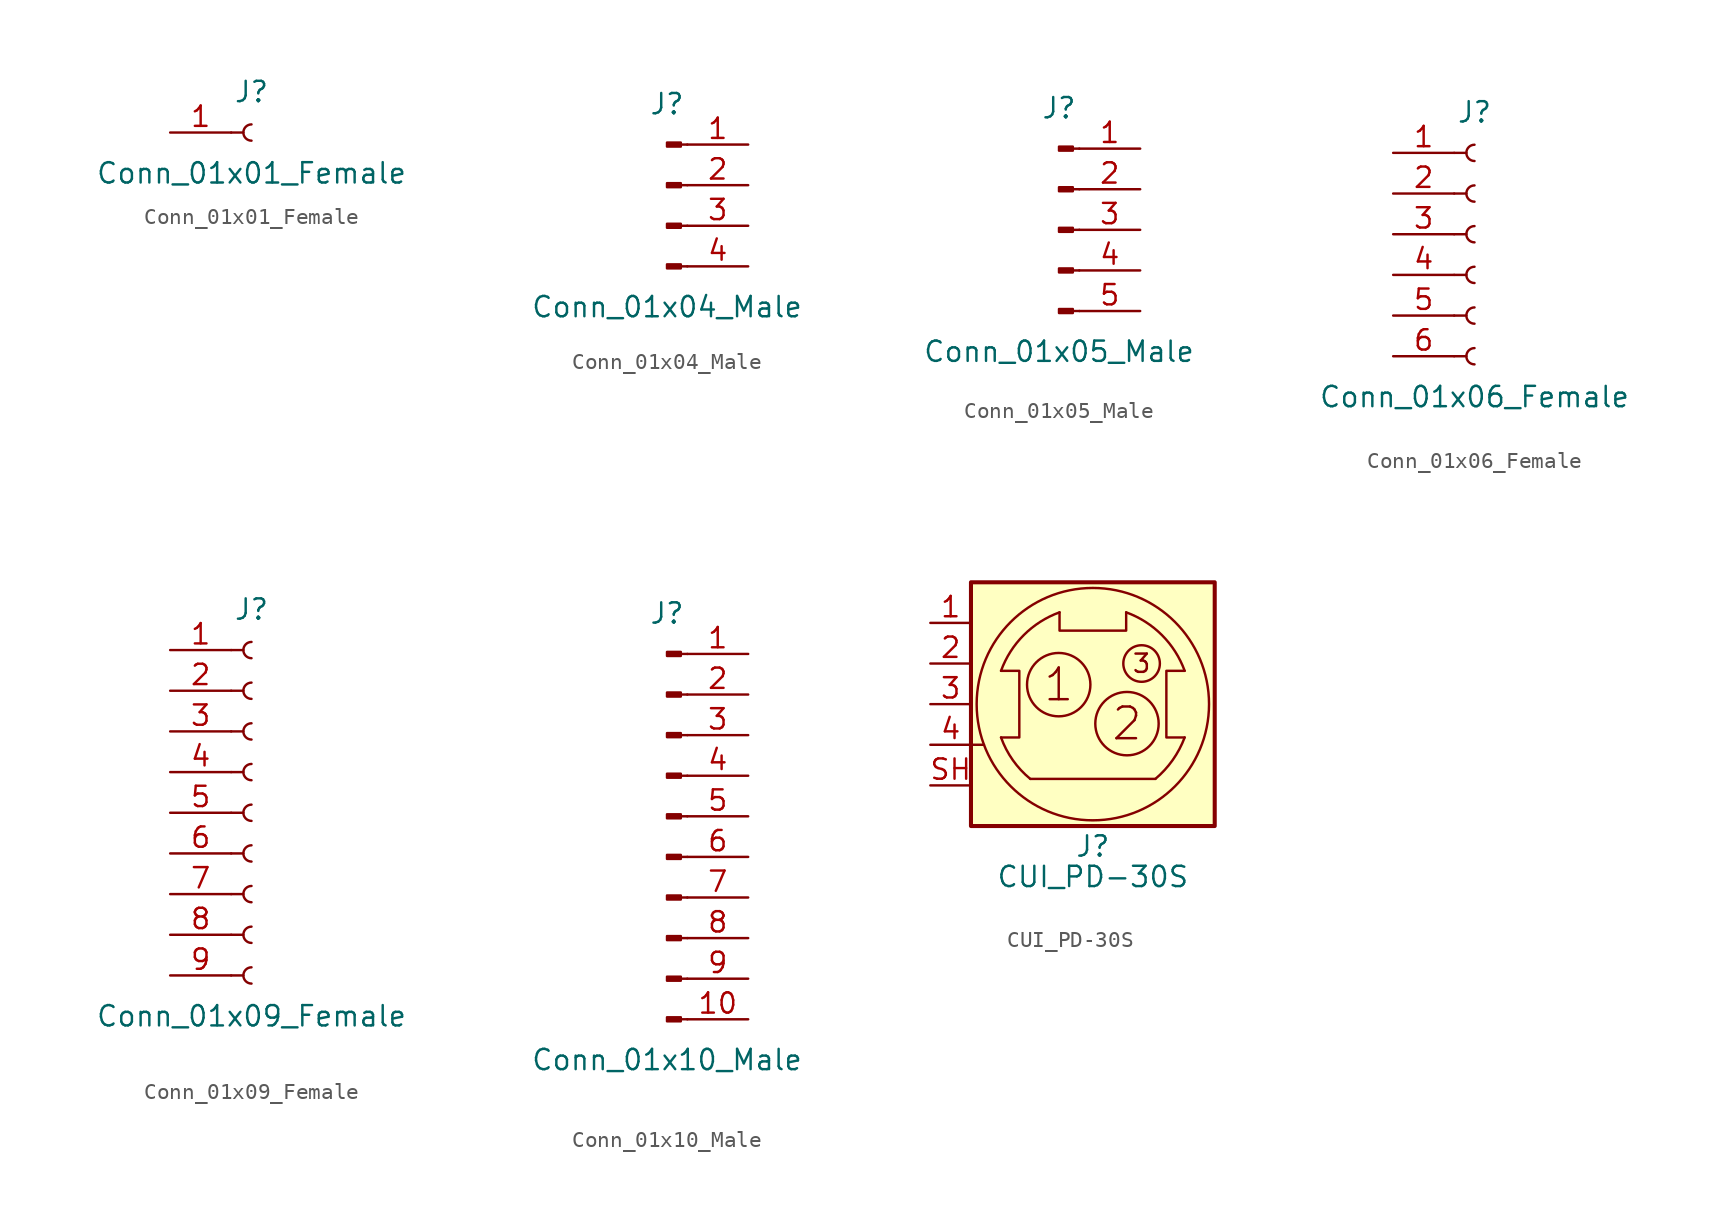
<source format=kicad_sym>
(kicad_symbol_lib
  (version 20211014)
  (generator kicad_symbol_editor)
  (symbol "Conn_01x01_Female"
    (pin_names
      (offset 1.016) hide)
    (property "Reference" "J"
      (at 0 2.54 0)
      (effects (font (size 1.27 1.27))))
    (property "Value" "Conn_01x01_Female"
      (at 0 -2.54 0)
      (effects (font (size 1.27 1.27))))
    (symbol "Conn_01x01_Female_1_1"
      (polyline (pts (xy -1.27 0) (xy -0.508 0)) (stroke (width 0.152) (type default) (color 0 0 0 0)) (fill (type none)))
      (arc (start 0 0.508) (mid -0.508 0) (end 0 -0.508) (stroke (width 0.1524) (type default) (color 0 0 0 0)) (fill (type none)))
      (pin passive line (at -5.08 0 0) (length 3.81) (name "Pin_1" (effects (font (size 1.27 1.27)))) (number "1" (effects (font (size 1.27 1.27)))))))
  (symbol "Conn_01x04_Male"
    (pin_names
      (offset 1.016) hide)
    (property "Reference" "J"
      (at 0 5.08 0)
      (effects (font (size 1.27 1.27))))
    (property "Value" "Conn_01x04_Male"
      (at 0 -7.62 0)
      (effects (font (size 1.27 1.27))))
    (symbol "Conn_01x04_Male_1_1"
      (polyline (pts (xy 1.27 -5.08) (xy 0.864 -5.08)) (stroke (width 0.152) (type default) (color 0 0 0 0)) (fill (type none)))
      (polyline (pts (xy 1.27 -2.54) (xy 0.864 -2.54)) (stroke (width 0.152) (type default) (color 0 0 0 0)) (fill (type none)))
      (polyline (pts (xy 1.27 0) (xy 0.864 0)) (stroke (width 0.152) (type default) (color 0 0 0 0)) (fill (type none)))
      (polyline (pts (xy 1.27 2.54) (xy 0.864 2.54)) (stroke (width 0.152) (type default) (color 0 0 0 0)) (fill (type none)))
      (rectangle (start 0.864 -4.953) (end 0 -5.207) (stroke (width 0.152) (type default) (color 0 0 0 0)) (fill (type outline)))
      (rectangle (start 0.864 -2.413) (end 0 -2.667) (stroke (width 0.152) (type default) (color 0 0 0 0)) (fill (type outline)))
      (rectangle (start 0.864 0.127) (end 0 -0.127) (stroke (width 0.152) (type default) (color 0 0 0 0)) (fill (type outline)))
      (rectangle (start 0.864 2.667) (end 0 2.413) (stroke (width 0.152) (type default) (color 0 0 0 0)) (fill (type outline)))
      (pin passive line (at 5.08 2.54 180) (length 3.81) (name "Pin_1" (effects (font (size 1.27 1.27)))) (number "1" (effects (font (size 1.27 1.27)))))
      (pin passive line (at 5.08 0 180) (length 3.81) (name "Pin_2" (effects (font (size 1.27 1.27)))) (number "2" (effects (font (size 1.27 1.27)))))
      (pin passive line (at 5.08 -2.54 180) (length 3.81) (name "Pin_3" (effects (font (size 1.27 1.27)))) (number "3" (effects (font (size 1.27 1.27)))))
      (pin passive line (at 5.08 -5.08 180) (length 3.81) (name "Pin_4" (effects (font (size 1.27 1.27)))) (number "4" (effects (font (size 1.27 1.27)))))))
  (symbol "Conn_01x05_Male"
    (pin_names
      (offset 1.016) hide)
    (property "Reference" "J"
      (at 0 7.62 0)
      (effects (font (size 1.27 1.27))))
    (property "Value" "Conn_01x05_Male"
      (at 0 -7.62 0)
      (effects (font (size 1.27 1.27))))
    (symbol "Conn_01x05_Male_1_1"
      (polyline (pts (xy 1.27 -5.08) (xy 0.864 -5.08)) (stroke (width 0.152) (type default) (color 0 0 0 0)) (fill (type none)))
      (polyline (pts (xy 1.27 -2.54) (xy 0.864 -2.54)) (stroke (width 0.152) (type default) (color 0 0 0 0)) (fill (type none)))
      (polyline (pts (xy 1.27 0) (xy 0.864 0)) (stroke (width 0.152) (type default) (color 0 0 0 0)) (fill (type none)))
      (polyline (pts (xy 1.27 2.54) (xy 0.864 2.54)) (stroke (width 0.152) (type default) (color 0 0 0 0)) (fill (type none)))
      (polyline (pts (xy 1.27 5.08) (xy 0.864 5.08)) (stroke (width 0.152) (type default) (color 0 0 0 0)) (fill (type none)))
      (rectangle (start 0.864 -4.953) (end 0 -5.207) (stroke (width 0.152) (type default) (color 0 0 0 0)) (fill (type outline)))
      (rectangle (start 0.864 -2.413) (end 0 -2.667) (stroke (width 0.152) (type default) (color 0 0 0 0)) (fill (type outline)))
      (rectangle (start 0.864 0.127) (end 0 -0.127) (stroke (width 0.152) (type default) (color 0 0 0 0)) (fill (type outline)))
      (rectangle (start 0.864 2.667) (end 0 2.413) (stroke (width 0.152) (type default) (color 0 0 0 0)) (fill (type outline)))
      (rectangle (start 0.864 5.207) (end 0 4.953) (stroke (width 0.152) (type default) (color 0 0 0 0)) (fill (type outline)))
      (pin passive line (at 5.08 5.08 180) (length 3.81) (name "Pin_1" (effects (font (size 1.27 1.27)))) (number "1" (effects (font (size 1.27 1.27)))))
      (pin passive line (at 5.08 2.54 180) (length 3.81) (name "Pin_2" (effects (font (size 1.27 1.27)))) (number "2" (effects (font (size 1.27 1.27)))))
      (pin passive line (at 5.08 0 180) (length 3.81) (name "Pin_3" (effects (font (size 1.27 1.27)))) (number "3" (effects (font (size 1.27 1.27)))))
      (pin passive line (at 5.08 -2.54 180) (length 3.81) (name "Pin_4" (effects (font (size 1.27 1.27)))) (number "4" (effects (font (size 1.27 1.27)))))
      (pin passive line (at 5.08 -5.08 180) (length 3.81) (name "Pin_5" (effects (font (size 1.27 1.27)))) (number "5" (effects (font (size 1.27 1.27)))))))
  (symbol "Conn_01x06_Female"
    (pin_names
      (offset 1.016) hide)
    (property "Reference" "J"
      (at 0 7.62 0)
      (effects (font (size 1.27 1.27))))
    (property "Value" "Conn_01x06_Female"
      (at 0 -10.16 0)
      (effects (font (size 1.27 1.27))))
    (symbol "Conn_01x06_Female_1_1"
      (arc (start 0 -7.112) (mid -0.508 -7.62) (end 0 -8.128) (stroke (width 0.1524) (type default) (color 0 0 0 0)) (fill (type none)))
      (arc (start 0 -4.572) (mid -0.508 -5.08) (end 0 -5.588) (stroke (width 0.1524) (type default) (color 0 0 0 0)) (fill (type none)))
      (arc (start 0 -2.032) (mid -0.508 -2.54) (end 0 -3.048) (stroke (width 0.1524) (type default) (color 0 0 0 0)) (fill (type none)))
      (polyline (pts (xy -1.27 -7.62) (xy -0.508 -7.62)) (stroke (width 0.152) (type default) (color 0 0 0 0)) (fill (type none)))
      (polyline (pts (xy -1.27 -5.08) (xy -0.508 -5.08)) (stroke (width 0.152) (type default) (color 0 0 0 0)) (fill (type none)))
      (polyline (pts (xy -1.27 -2.54) (xy -0.508 -2.54)) (stroke (width 0.152) (type default) (color 0 0 0 0)) (fill (type none)))
      (polyline (pts (xy -1.27 0) (xy -0.508 0)) (stroke (width 0.152) (type default) (color 0 0 0 0)) (fill (type none)))
      (polyline (pts (xy -1.27 2.54) (xy -0.508 2.54)) (stroke (width 0.152) (type default) (color 0 0 0 0)) (fill (type none)))
      (polyline (pts (xy -1.27 5.08) (xy -0.508 5.08)) (stroke (width 0.152) (type default) (color 0 0 0 0)) (fill (type none)))
      (arc (start 0 0.508) (mid -0.508 0) (end 0 -0.508) (stroke (width 0.1524) (type default) (color 0 0 0 0)) (fill (type none)))
      (arc (start 0 3.048) (mid -0.508 2.54) (end 0 2.032) (stroke (width 0.1524) (type default) (color 0 0 0 0)) (fill (type none)))
      (arc (start 0 5.588) (mid -0.508 5.08) (end 0 4.572) (stroke (width 0.1524) (type default) (color 0 0 0 0)) (fill (type none)))
      (pin passive line (at -5.08 5.08 0) (length 3.81) (name "Pin_1" (effects (font (size 1.27 1.27)))) (number "1" (effects (font (size 1.27 1.27)))))
      (pin passive line (at -5.08 2.54 0) (length 3.81) (name "Pin_2" (effects (font (size 1.27 1.27)))) (number "2" (effects (font (size 1.27 1.27)))))
      (pin passive line (at -5.08 0 0) (length 3.81) (name "Pin_3" (effects (font (size 1.27 1.27)))) (number "3" (effects (font (size 1.27 1.27)))))
      (pin passive line (at -5.08 -2.54 0) (length 3.81) (name "Pin_4" (effects (font (size 1.27 1.27)))) (number "4" (effects (font (size 1.27 1.27)))))
      (pin passive line (at -5.08 -5.08 0) (length 3.81) (name "Pin_5" (effects (font (size 1.27 1.27)))) (number "5" (effects (font (size 1.27 1.27)))))
      (pin passive line (at -5.08 -7.62 0) (length 3.81) (name "Pin_6" (effects (font (size 1.27 1.27)))) (number "6" (effects (font (size 1.27 1.27)))))))
  (symbol "Conn_01x09_Female"
    (pin_names
      (offset 1.016) hide)
    (property "Reference" "J"
      (at 0 12.7 0)
      (effects (font (size 1.27 1.27))))
    (property "Value" "Conn_01x09_Female"
      (at 0 -12.7 0)
      (effects (font (size 1.27 1.27))))
    (symbol "Conn_01x09_Female_1_1"
      (arc (start 0 -9.652) (mid -0.508 -10.16) (end 0 -10.668) (stroke (width 0.1524) (type default) (color 0 0 0 0)) (fill (type none)))
      (arc (start 0 -7.112) (mid -0.508 -7.62) (end 0 -8.128) (stroke (width 0.1524) (type default) (color 0 0 0 0)) (fill (type none)))
      (arc (start 0 -4.572) (mid -0.508 -5.08) (end 0 -5.588) (stroke (width 0.1524) (type default) (color 0 0 0 0)) (fill (type none)))
      (arc (start 0 -2.032) (mid -0.508 -2.54) (end 0 -3.048) (stroke (width 0.1524) (type default) (color 0 0 0 0)) (fill (type none)))
      (polyline (pts (xy -1.27 -10.16) (xy -0.508 -10.16)) (stroke (width 0.152) (type default) (color 0 0 0 0)) (fill (type none)))
      (polyline (pts (xy -1.27 -7.62) (xy -0.508 -7.62)) (stroke (width 0.152) (type default) (color 0 0 0 0)) (fill (type none)))
      (polyline (pts (xy -1.27 -5.08) (xy -0.508 -5.08)) (stroke (width 0.152) (type default) (color 0 0 0 0)) (fill (type none)))
      (polyline (pts (xy -1.27 -2.54) (xy -0.508 -2.54)) (stroke (width 0.152) (type default) (color 0 0 0 0)) (fill (type none)))
      (polyline (pts (xy -1.27 0) (xy -0.508 0)) (stroke (width 0.152) (type default) (color 0 0 0 0)) (fill (type none)))
      (polyline (pts (xy -1.27 2.54) (xy -0.508 2.54)) (stroke (width 0.152) (type default) (color 0 0 0 0)) (fill (type none)))
      (polyline (pts (xy -1.27 5.08) (xy -0.508 5.08)) (stroke (width 0.152) (type default) (color 0 0 0 0)) (fill (type none)))
      (polyline (pts (xy -1.27 7.62) (xy -0.508 7.62)) (stroke (width 0.152) (type default) (color 0 0 0 0)) (fill (type none)))
      (polyline (pts (xy -1.27 10.16) (xy -0.508 10.16)) (stroke (width 0.152) (type default) (color 0 0 0 0)) (fill (type none)))
      (arc (start 0 0.508) (mid -0.508 0) (end 0 -0.508) (stroke (width 0.1524) (type default) (color 0 0 0 0)) (fill (type none)))
      (arc (start 0 3.048) (mid -0.508 2.54) (end 0 2.032) (stroke (width 0.1524) (type default) (color 0 0 0 0)) (fill (type none)))
      (arc (start 0 5.588) (mid -0.508 5.08) (end 0 4.572) (stroke (width 0.1524) (type default) (color 0 0 0 0)) (fill (type none)))
      (arc (start 0 8.128) (mid -0.508 7.62) (end 0 7.112) (stroke (width 0.1524) (type default) (color 0 0 0 0)) (fill (type none)))
      (arc (start 0 10.668) (mid -0.508 10.16) (end 0 9.652) (stroke (width 0.1524) (type default) (color 0 0 0 0)) (fill (type none)))
      (pin passive line (at -5.08 10.16 0) (length 3.81) (name "Pin_1" (effects (font (size 1.27 1.27)))) (number "1" (effects (font (size 1.27 1.27)))))
      (pin passive line (at -5.08 7.62 0) (length 3.81) (name "Pin_2" (effects (font (size 1.27 1.27)))) (number "2" (effects (font (size 1.27 1.27)))))
      (pin passive line (at -5.08 5.08 0) (length 3.81) (name "Pin_3" (effects (font (size 1.27 1.27)))) (number "3" (effects (font (size 1.27 1.27)))))
      (pin passive line (at -5.08 2.54 0) (length 3.81) (name "Pin_4" (effects (font (size 1.27 1.27)))) (number "4" (effects (font (size 1.27 1.27)))))
      (pin passive line (at -5.08 0 0) (length 3.81) (name "Pin_5" (effects (font (size 1.27 1.27)))) (number "5" (effects (font (size 1.27 1.27)))))
      (pin passive line (at -5.08 -2.54 0) (length 3.81) (name "Pin_6" (effects (font (size 1.27 1.27)))) (number "6" (effects (font (size 1.27 1.27)))))
      (pin passive line (at -5.08 -5.08 0) (length 3.81) (name "Pin_7" (effects (font (size 1.27 1.27)))) (number "7" (effects (font (size 1.27 1.27)))))
      (pin passive line (at -5.08 -7.62 0) (length 3.81) (name "Pin_8" (effects (font (size 1.27 1.27)))) (number "8" (effects (font (size 1.27 1.27)))))
      (pin passive line (at -5.08 -10.16 0) (length 3.81) (name "Pin_9" (effects (font (size 1.27 1.27)))) (number "9" (effects (font (size 1.27 1.27)))))))
  (symbol "Conn_01x10_Male"
    (pin_names
      (offset 1.016) hide)
    (property "Reference" "J"
      (at 0 12.7 0)
      (effects (font (size 1.27 1.27))))
    (property "Value" "Conn_01x10_Male"
      (at 0 -15.24 0)
      (effects (font (size 1.27 1.27))))
    (symbol "Conn_01x10_Male_1_1"
      (polyline (pts (xy 1.27 -12.7) (xy 0.864 -12.7)) (stroke (width 0.152) (type default) (color 0 0 0 0)) (fill (type none)))
      (polyline (pts (xy 1.27 -10.16) (xy 0.864 -10.16)) (stroke (width 0.152) (type default) (color 0 0 0 0)) (fill (type none)))
      (polyline (pts (xy 1.27 -7.62) (xy 0.864 -7.62)) (stroke (width 0.152) (type default) (color 0 0 0 0)) (fill (type none)))
      (polyline (pts (xy 1.27 -5.08) (xy 0.864 -5.08)) (stroke (width 0.152) (type default) (color 0 0 0 0)) (fill (type none)))
      (polyline (pts (xy 1.27 -2.54) (xy 0.864 -2.54)) (stroke (width 0.152) (type default) (color 0 0 0 0)) (fill (type none)))
      (polyline (pts (xy 1.27 0) (xy 0.864 0)) (stroke (width 0.152) (type default) (color 0 0 0 0)) (fill (type none)))
      (polyline (pts (xy 1.27 2.54) (xy 0.864 2.54)) (stroke (width 0.152) (type default) (color 0 0 0 0)) (fill (type none)))
      (polyline (pts (xy 1.27 5.08) (xy 0.864 5.08)) (stroke (width 0.152) (type default) (color 0 0 0 0)) (fill (type none)))
      (polyline (pts (xy 1.27 7.62) (xy 0.864 7.62)) (stroke (width 0.152) (type default) (color 0 0 0 0)) (fill (type none)))
      (polyline (pts (xy 1.27 10.16) (xy 0.864 10.16)) (stroke (width 0.152) (type default) (color 0 0 0 0)) (fill (type none)))
      (rectangle (start 0.864 -12.573) (end 0 -12.827) (stroke (width 0.152) (type default) (color 0 0 0 0)) (fill (type outline)))
      (rectangle (start 0.864 -10.033) (end 0 -10.287) (stroke (width 0.152) (type default) (color 0 0 0 0)) (fill (type outline)))
      (rectangle (start 0.864 -7.493) (end 0 -7.747) (stroke (width 0.152) (type default) (color 0 0 0 0)) (fill (type outline)))
      (rectangle (start 0.864 -4.953) (end 0 -5.207) (stroke (width 0.152) (type default) (color 0 0 0 0)) (fill (type outline)))
      (rectangle (start 0.864 -2.413) (end 0 -2.667) (stroke (width 0.152) (type default) (color 0 0 0 0)) (fill (type outline)))
      (rectangle (start 0.864 0.127) (end 0 -0.127) (stroke (width 0.152) (type default) (color 0 0 0 0)) (fill (type outline)))
      (rectangle (start 0.864 2.667) (end 0 2.413) (stroke (width 0.152) (type default) (color 0 0 0 0)) (fill (type outline)))
      (rectangle (start 0.864 5.207) (end 0 4.953) (stroke (width 0.152) (type default) (color 0 0 0 0)) (fill (type outline)))
      (rectangle (start 0.864 7.747) (end 0 7.493) (stroke (width 0.152) (type default) (color 0 0 0 0)) (fill (type outline)))
      (rectangle (start 0.864 10.287) (end 0 10.033) (stroke (width 0.152) (type default) (color 0 0 0 0)) (fill (type outline)))
      (pin passive line (at 5.08 10.16 180) (length 3.81) (name "Pin_1" (effects (font (size 1.27 1.27)))) (number "1" (effects (font (size 1.27 1.27)))))
      (pin passive line (at 5.08 -12.7 180) (length 3.81) (name "Pin_10" (effects (font (size 1.27 1.27)))) (number "10" (effects (font (size 1.27 1.27)))))
      (pin passive line (at 5.08 7.62 180) (length 3.81) (name "Pin_2" (effects (font (size 1.27 1.27)))) (number "2" (effects (font (size 1.27 1.27)))))
      (pin passive line (at 5.08 5.08 180) (length 3.81) (name "Pin_3" (effects (font (size 1.27 1.27)))) (number "3" (effects (font (size 1.27 1.27)))))
      (pin passive line (at 5.08 2.54 180) (length 3.81) (name "Pin_4" (effects (font (size 1.27 1.27)))) (number "4" (effects (font (size 1.27 1.27)))))
      (pin passive line (at 5.08 0 180) (length 3.81) (name "Pin_5" (effects (font (size 1.27 1.27)))) (number "5" (effects (font (size 1.27 1.27)))))
      (pin passive line (at 5.08 -2.54 180) (length 3.81) (name "Pin_6" (effects (font (size 1.27 1.27)))) (number "6" (effects (font (size 1.27 1.27)))))
      (pin passive line (at 5.08 -5.08 180) (length 3.81) (name "Pin_7" (effects (font (size 1.27 1.27)))) (number "7" (effects (font (size 1.27 1.27)))))
      (pin passive line (at 5.08 -7.62 180) (length 3.81) (name "Pin_8" (effects (font (size 1.27 1.27)))) (number "8" (effects (font (size 1.27 1.27)))))
      (pin passive line (at 5.08 -10.16 180) (length 3.81) (name "Pin_9" (effects (font (size 1.27 1.27)))) (number "9" (effects (font (size 1.27 1.27)))))))
  (symbol "CUI_PD-30S"
    (pin_names
      (offset 1.016) hide)
    (property "Reference" "J"
      (at 0 -8.89 0)
      (effects (font (size 1.27 1.27))))
    (property "Value" "CUI_PD-30S"
      (at 0 -10.795 0)
      (effects (font (size 1.27 1.27))))
    (symbol "CUI_PD-30S_0_1"
      (rectangle (start -7.62 -7.62) (end 7.62 7.62) (stroke (width 0.254) (type default) (color 0 0 0 0)) (fill (type background)))
      (arc (start -5.7404 -2.0828) (mid -5.0018 -3.5032) (end -3.9116 -4.6736) (stroke (width 0) (type default) (color 0 0 0 0)) (fill (type none)))
      (circle (center -2.134 1.219) (radius 1.981) (stroke (width 0) (type default) (color 0 0 0 0)) (fill (type none)))
      (arc (start -2.0828 5.7404) (mid -4.318 4.318) (end -5.7404 2.0828) (stroke (width 0) (type default) (color 0 0 0 0)) (fill (type none)))
      (polyline (pts (xy -7.62 -2.54) (xy -6.807 -2.54)) (stroke (width 0) (type default) (color 0 0 0 0)) (fill (type none)))
      (polyline (pts (xy -3.912 -4.674) (xy 3.912 -4.674)) (stroke (width 0) (type default) (color 0 0 0 0)) (fill (type none)))
      (polyline (pts (xy -5.74 2.083) (xy -4.597 2.083) (xy -4.597 -2.083) (xy -5.74 -2.083)) (stroke (width 0) (type default) (color 0 0 0 0)) (fill (type none)))
      (polyline (pts (xy 2.083 5.74) (xy 2.083 4.597) (xy -2.083 4.597) (xy -2.083 5.74)) (stroke (width 0) (type default) (color 0 0 0 0)) (fill (type none)))
      (polyline (pts (xy 5.74 -2.083) (xy 4.597 -2.083) (xy 4.597 2.083) (xy 5.74 2.083)) (stroke (width 0) (type default) (color 0 0 0 0)) (fill (type none)))
      (circle (center 0 0) (radius 7.264) (stroke (width 0) (type default) (color 0 0 0 0)) (fill (type none)))
      (circle (center 2.134 -1.219) (radius 1.981) (stroke (width 0) (type default) (color 0 0 0 0)) (fill (type none)))
      (circle (center 3.048 2.54) (radius 1.143) (stroke (width 0) (type default) (color 0 0 0 0)) (fill (type none)))
      (arc (start 3.9116 -4.6736) (mid 4.9919 -3.4963) (end 5.7404 -2.0828) (stroke (width 0) (type default) (color 0 0 0 0)) (fill (type none)))
      (arc (start 5.7404 2.0828) (mid 4.318 4.318) (end 2.0828 5.7404) (stroke (width 0) (type default) (color 0 0 0 0)) (fill (type none)))
      (text "1" (at -2.134 1.219 0) (effects (font (size 1.981 1.981))))
      (text "2" (at 2.134 -1.219 0) (effects (font (size 1.981 1.981))))
      (text "3" (at 3.048 2.54 0) (effects (font (size 1.143 1.143)))))
    (symbol "CUI_PD-30S_1_1"
      (pin passive line (at -10.16 5.08 0) (length 2.54) (name "1" (effects (font (size 1.27 1.27)))) (number "1" (effects (font (size 1.27 1.27)))))
      (pin passive line (at -10.16 2.54 0) (length 2.54) (name "2" (effects (font (size 1.27 1.27)))) (number "2" (effects (font (size 1.27 1.27)))))
      (pin passive line (at -10.16 0 0) (length 2.54) (name "3" (effects (font (size 1.27 1.27)))) (number "3" (effects (font (size 1.27 1.27)))))
      (pin passive line (at -10.16 -2.54 0) (length 2.54) (name "Shield" (effects (font (size 1.27 1.27)))) (number "4" (effects (font (size 1.27 1.27)))))
      (pin passive line (at -10.16 -5.08 0) (length 2.54) (name "Shield" (effects (font (size 1.27 1.27)))) (number "SH" (effects (font (size 1.27 1.27))))))))
</source>
